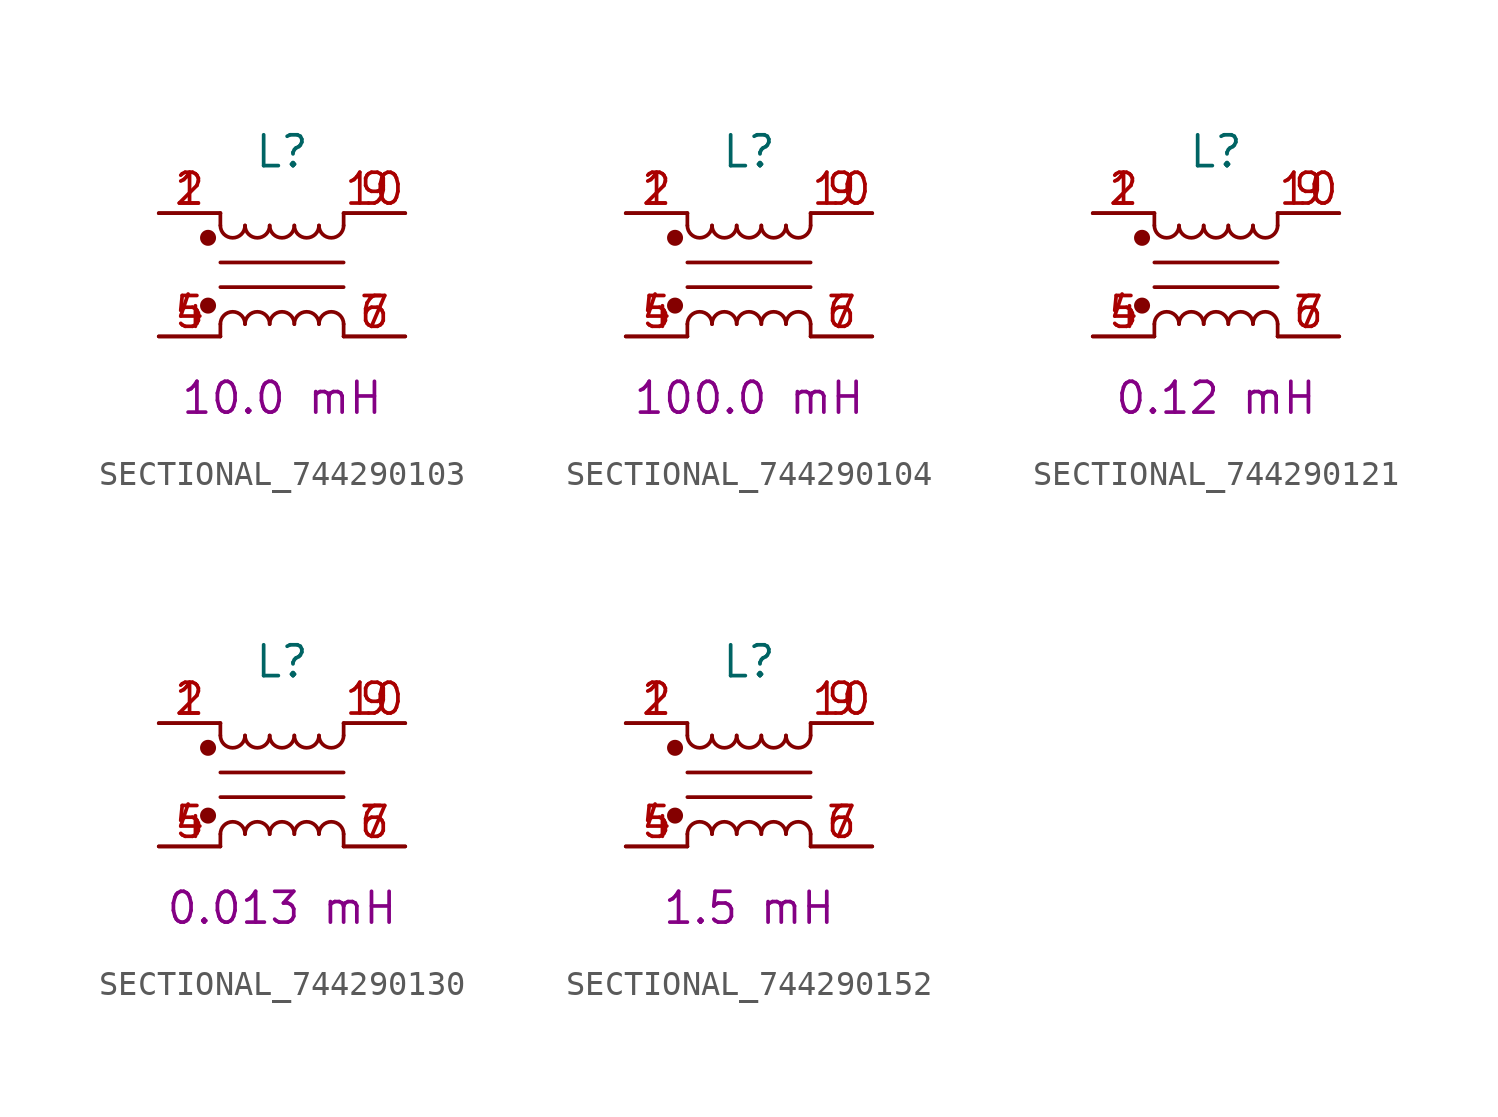
<source format=kicad_sym>
(kicad_symbol_lib
  (version 20220914)
  (generator kicad_symbol_editor)
  (symbol "SECTIONAL_744290103"
    (pin_names hide)
    (property "Reference" "L"
      (at 0 5.08 0)
      (effects (font (size 1.27 1.27))))
    (property "Critical Parameter" "10.0 mH"
      (at 0 -5.08 0)
      (effects (font (size 1.27 1.27))))
    (symbol "SECTIONAL_744290103_0_1"
      (circle (center -3.048 -1.27) (radius 0.254) (stroke (width 0) (type default)) (fill (type outline)))
      (circle (center -3.048 1.524) (radius 0.254) (stroke (width 0) (type default)) (fill (type outline)))
      (arc (start -2.54 2.032) (mid -2.032 1.5262) (end -1.524 2.032) (stroke (width 0) (type default)) (fill (type none)))
      (arc (start -1.524 -2.032) (mid -2.032 -1.5262) (end -2.54 -2.032) (stroke (width 0) (type default)) (fill (type none)))
      (arc (start -1.524 2.032) (mid -1.016 1.5262) (end -0.508 2.032) (stroke (width 0) (type default)) (fill (type none)))
      (arc (start -0.508 -2.032) (mid -1.016 -1.5262) (end -1.524 -2.032) (stroke (width 0) (type default)) (fill (type none)))
      (arc (start -0.508 2.032) (mid 0 1.5262) (end 0.508 2.032) (stroke (width 0) (type default)) (fill (type none)))
      (polyline (pts (xy -2.54 -2.032) (xy -2.54 -2.54)) (stroke (width 0) (type default)) (fill (type none)))
      (polyline (pts (xy -2.54 0.508) (xy 2.54 0.508)) (stroke (width 0) (type default)) (fill (type none)))
      (polyline (pts (xy -2.54 2.032) (xy -2.54 2.54)) (stroke (width 0) (type default)) (fill (type none)))
      (polyline (pts (xy 2.54 -2.032) (xy 2.54 -2.54)) (stroke (width 0) (type default)) (fill (type none)))
      (polyline (pts (xy 2.54 -0.508) (xy -2.54 -0.508)) (stroke (width 0) (type default)) (fill (type none)))
      (polyline (pts (xy 2.54 2.54) (xy 2.54 2.032)) (stroke (width 0) (type default)) (fill (type none)))
      (arc (start 0.508 -2.032) (mid 0 -1.5262) (end -0.508 -2.032) (stroke (width 0) (type default)) (fill (type none)))
      (arc (start 0.508 2.032) (mid 1.016 1.5262) (end 1.524 2.032) (stroke (width 0) (type default)) (fill (type none)))
      (arc (start 1.524 -2.032) (mid 1.016 -1.5262) (end 0.508 -2.032) (stroke (width 0) (type default)) (fill (type none)))
      (arc (start 1.524 2.032) (mid 2.032 1.5262) (end 2.54 2.032) (stroke (width 0) (type default)) (fill (type none)))
      (arc (start 2.54 -2.032) (mid 2.032 -1.5262) (end 1.524 -2.032) (stroke (width 0) (type default)) (fill (type none))))
    (symbol "SECTIONAL_744290103_1_1"
      (pin passive line (at -5.08 2.54 0) (length 2.54) (name "1" (effects (font (size 1.27 1.27)))) (number "1" (effects (font (size 1.27 1.27)))))
      (pin passive line (at -5.08 2.54 0) (length 2.54) (name "2" (effects (font (size 1.27 1.27)))) (number "2" (effects (font (size 1.27 1.27)))))
      (pin passive line (at 5.08 2.54 180) (length 2.54) (name "9" (effects (font (size 1.27 1.27)))) (number "9" (effects (font (size 1.27 1.27)))))
      (pin passive line (at 5.08 2.54 180) (length 2.54) (name "10" (effects (font (size 1.27 1.27)))) (number "10" (effects (font (size 1.27 1.27)))))
      (pin passive line (at 5.08 -2.54 180) (length 2.54) (name "6" (effects (font (size 1.27 1.27)))) (number "6" (effects (font (size 1.27 1.27)))))
      (pin passive line (at 5.08 -2.54 180) (length 2.54) (name "7" (effects (font (size 1.27 1.27)))) (number "7" (effects (font (size 1.27 1.27)))))
      (pin passive line (at -5.08 -2.54 0) (length 2.54) (name "4" (effects (font (size 1.27 1.27)))) (number "4" (effects (font (size 1.27 1.27)))))
      (pin passive line (at -5.08 -2.54 0) (length 2.54) (name "5" (effects (font (size 1.27 1.27)))) (number "5" (effects (font (size 1.27 1.27)))))))
  (symbol "SECTIONAL_744290104"
    (pin_names hide)
    (property "Reference" "L"
      (at 0 5.08 0)
      (effects (font (size 1.27 1.27))))
    (property "Critical Parameter" "100.0 mH"
      (at 0 -5.08 0)
      (effects (font (size 1.27 1.27))))
    (symbol "SECTIONAL_744290104_0_1"
      (circle (center -3.048 -1.27) (radius 0.254) (stroke (width 0) (type default)) (fill (type outline)))
      (circle (center -3.048 1.524) (radius 0.254) (stroke (width 0) (type default)) (fill (type outline)))
      (arc (start -2.54 2.032) (mid -2.032 1.5262) (end -1.524 2.032) (stroke (width 0) (type default)) (fill (type none)))
      (arc (start -1.524 -2.032) (mid -2.032 -1.5262) (end -2.54 -2.032) (stroke (width 0) (type default)) (fill (type none)))
      (arc (start -1.524 2.032) (mid -1.016 1.5262) (end -0.508 2.032) (stroke (width 0) (type default)) (fill (type none)))
      (arc (start -0.508 -2.032) (mid -1.016 -1.5262) (end -1.524 -2.032) (stroke (width 0) (type default)) (fill (type none)))
      (arc (start -0.508 2.032) (mid 0 1.5262) (end 0.508 2.032) (stroke (width 0) (type default)) (fill (type none)))
      (polyline (pts (xy -2.54 -2.032) (xy -2.54 -2.54)) (stroke (width 0) (type default)) (fill (type none)))
      (polyline (pts (xy -2.54 0.508) (xy 2.54 0.508)) (stroke (width 0) (type default)) (fill (type none)))
      (polyline (pts (xy -2.54 2.032) (xy -2.54 2.54)) (stroke (width 0) (type default)) (fill (type none)))
      (polyline (pts (xy 2.54 -2.032) (xy 2.54 -2.54)) (stroke (width 0) (type default)) (fill (type none)))
      (polyline (pts (xy 2.54 -0.508) (xy -2.54 -0.508)) (stroke (width 0) (type default)) (fill (type none)))
      (polyline (pts (xy 2.54 2.54) (xy 2.54 2.032)) (stroke (width 0) (type default)) (fill (type none)))
      (arc (start 0.508 -2.032) (mid 0 -1.5262) (end -0.508 -2.032) (stroke (width 0) (type default)) (fill (type none)))
      (arc (start 0.508 2.032) (mid 1.016 1.5262) (end 1.524 2.032) (stroke (width 0) (type default)) (fill (type none)))
      (arc (start 1.524 -2.032) (mid 1.016 -1.5262) (end 0.508 -2.032) (stroke (width 0) (type default)) (fill (type none)))
      (arc (start 1.524 2.032) (mid 2.032 1.5262) (end 2.54 2.032) (stroke (width 0) (type default)) (fill (type none)))
      (arc (start 2.54 -2.032) (mid 2.032 -1.5262) (end 1.524 -2.032) (stroke (width 0) (type default)) (fill (type none))))
    (symbol "SECTIONAL_744290104_1_1"
      (pin passive line (at -5.08 2.54 0) (length 2.54) (name "1" (effects (font (size 1.27 1.27)))) (number "1" (effects (font (size 1.27 1.27)))))
      (pin passive line (at -5.08 2.54 0) (length 2.54) (name "2" (effects (font (size 1.27 1.27)))) (number "2" (effects (font (size 1.27 1.27)))))
      (pin passive line (at 5.08 2.54 180) (length 2.54) (name "9" (effects (font (size 1.27 1.27)))) (number "9" (effects (font (size 1.27 1.27)))))
      (pin passive line (at 5.08 2.54 180) (length 2.54) (name "10" (effects (font (size 1.27 1.27)))) (number "10" (effects (font (size 1.27 1.27)))))
      (pin passive line (at 5.08 -2.54 180) (length 2.54) (name "6" (effects (font (size 1.27 1.27)))) (number "6" (effects (font (size 1.27 1.27)))))
      (pin passive line (at 5.08 -2.54 180) (length 2.54) (name "7" (effects (font (size 1.27 1.27)))) (number "7" (effects (font (size 1.27 1.27)))))
      (pin passive line (at -5.08 -2.54 0) (length 2.54) (name "4" (effects (font (size 1.27 1.27)))) (number "4" (effects (font (size 1.27 1.27)))))
      (pin passive line (at -5.08 -2.54 0) (length 2.54) (name "5" (effects (font (size 1.27 1.27)))) (number "5" (effects (font (size 1.27 1.27)))))))
  (symbol "SECTIONAL_744290121"
    (pin_names hide)
    (property "Reference" "L"
      (at 0 5.08 0)
      (effects (font (size 1.27 1.27))))
    (property "Critical Parameter" "0.12 mH"
      (at 0 -5.08 0)
      (effects (font (size 1.27 1.27))))
    (symbol "SECTIONAL_744290121_0_1"
      (circle (center -3.048 -1.27) (radius 0.254) (stroke (width 0) (type default)) (fill (type outline)))
      (circle (center -3.048 1.524) (radius 0.254) (stroke (width 0) (type default)) (fill (type outline)))
      (arc (start -2.54 2.032) (mid -2.032 1.5262) (end -1.524 2.032) (stroke (width 0) (type default)) (fill (type none)))
      (arc (start -1.524 -2.032) (mid -2.032 -1.5262) (end -2.54 -2.032) (stroke (width 0) (type default)) (fill (type none)))
      (arc (start -1.524 2.032) (mid -1.016 1.5262) (end -0.508 2.032) (stroke (width 0) (type default)) (fill (type none)))
      (arc (start -0.508 -2.032) (mid -1.016 -1.5262) (end -1.524 -2.032) (stroke (width 0) (type default)) (fill (type none)))
      (arc (start -0.508 2.032) (mid 0 1.5262) (end 0.508 2.032) (stroke (width 0) (type default)) (fill (type none)))
      (polyline (pts (xy -2.54 -2.032) (xy -2.54 -2.54)) (stroke (width 0) (type default)) (fill (type none)))
      (polyline (pts (xy -2.54 0.508) (xy 2.54 0.508)) (stroke (width 0) (type default)) (fill (type none)))
      (polyline (pts (xy -2.54 2.032) (xy -2.54 2.54)) (stroke (width 0) (type default)) (fill (type none)))
      (polyline (pts (xy 2.54 -2.032) (xy 2.54 -2.54)) (stroke (width 0) (type default)) (fill (type none)))
      (polyline (pts (xy 2.54 -0.508) (xy -2.54 -0.508)) (stroke (width 0) (type default)) (fill (type none)))
      (polyline (pts (xy 2.54 2.54) (xy 2.54 2.032)) (stroke (width 0) (type default)) (fill (type none)))
      (arc (start 0.508 -2.032) (mid 0 -1.5262) (end -0.508 -2.032) (stroke (width 0) (type default)) (fill (type none)))
      (arc (start 0.508 2.032) (mid 1.016 1.5262) (end 1.524 2.032) (stroke (width 0) (type default)) (fill (type none)))
      (arc (start 1.524 -2.032) (mid 1.016 -1.5262) (end 0.508 -2.032) (stroke (width 0) (type default)) (fill (type none)))
      (arc (start 1.524 2.032) (mid 2.032 1.5262) (end 2.54 2.032) (stroke (width 0) (type default)) (fill (type none)))
      (arc (start 2.54 -2.032) (mid 2.032 -1.5262) (end 1.524 -2.032) (stroke (width 0) (type default)) (fill (type none))))
    (symbol "SECTIONAL_744290121_1_1"
      (pin passive line (at -5.08 2.54 0) (length 2.54) (name "1" (effects (font (size 1.27 1.27)))) (number "1" (effects (font (size 1.27 1.27)))))
      (pin passive line (at -5.08 2.54 0) (length 2.54) (name "2" (effects (font (size 1.27 1.27)))) (number "2" (effects (font (size 1.27 1.27)))))
      (pin passive line (at 5.08 2.54 180) (length 2.54) (name "9" (effects (font (size 1.27 1.27)))) (number "9" (effects (font (size 1.27 1.27)))))
      (pin passive line (at 5.08 2.54 180) (length 2.54) (name "10" (effects (font (size 1.27 1.27)))) (number "10" (effects (font (size 1.27 1.27)))))
      (pin passive line (at 5.08 -2.54 180) (length 2.54) (name "6" (effects (font (size 1.27 1.27)))) (number "6" (effects (font (size 1.27 1.27)))))
      (pin passive line (at 5.08 -2.54 180) (length 2.54) (name "7" (effects (font (size 1.27 1.27)))) (number "7" (effects (font (size 1.27 1.27)))))
      (pin passive line (at -5.08 -2.54 0) (length 2.54) (name "4" (effects (font (size 1.27 1.27)))) (number "4" (effects (font (size 1.27 1.27)))))
      (pin passive line (at -5.08 -2.54 0) (length 2.54) (name "5" (effects (font (size 1.27 1.27)))) (number "5" (effects (font (size 1.27 1.27)))))))
  (symbol "SECTIONAL_744290130"
    (pin_names hide)
    (property "Reference" "L"
      (at 0 5.08 0)
      (effects (font (size 1.27 1.27))))
    (property "Critical Parameter" "0.013 mH"
      (at 0 -5.08 0)
      (effects (font (size 1.27 1.27))))
    (symbol "SECTIONAL_744290130_0_1"
      (circle (center -3.048 -1.27) (radius 0.254) (stroke (width 0) (type default)) (fill (type outline)))
      (circle (center -3.048 1.524) (radius 0.254) (stroke (width 0) (type default)) (fill (type outline)))
      (arc (start -2.54 2.032) (mid -2.032 1.5262) (end -1.524 2.032) (stroke (width 0) (type default)) (fill (type none)))
      (arc (start -1.524 -2.032) (mid -2.032 -1.5262) (end -2.54 -2.032) (stroke (width 0) (type default)) (fill (type none)))
      (arc (start -1.524 2.032) (mid -1.016 1.5262) (end -0.508 2.032) (stroke (width 0) (type default)) (fill (type none)))
      (arc (start -0.508 -2.032) (mid -1.016 -1.5262) (end -1.524 -2.032) (stroke (width 0) (type default)) (fill (type none)))
      (arc (start -0.508 2.032) (mid 0 1.5262) (end 0.508 2.032) (stroke (width 0) (type default)) (fill (type none)))
      (polyline (pts (xy -2.54 -2.032) (xy -2.54 -2.54)) (stroke (width 0) (type default)) (fill (type none)))
      (polyline (pts (xy -2.54 0.508) (xy 2.54 0.508)) (stroke (width 0) (type default)) (fill (type none)))
      (polyline (pts (xy -2.54 2.032) (xy -2.54 2.54)) (stroke (width 0) (type default)) (fill (type none)))
      (polyline (pts (xy 2.54 -2.032) (xy 2.54 -2.54)) (stroke (width 0) (type default)) (fill (type none)))
      (polyline (pts (xy 2.54 -0.508) (xy -2.54 -0.508)) (stroke (width 0) (type default)) (fill (type none)))
      (polyline (pts (xy 2.54 2.54) (xy 2.54 2.032)) (stroke (width 0) (type default)) (fill (type none)))
      (arc (start 0.508 -2.032) (mid 0 -1.5262) (end -0.508 -2.032) (stroke (width 0) (type default)) (fill (type none)))
      (arc (start 0.508 2.032) (mid 1.016 1.5262) (end 1.524 2.032) (stroke (width 0) (type default)) (fill (type none)))
      (arc (start 1.524 -2.032) (mid 1.016 -1.5262) (end 0.508 -2.032) (stroke (width 0) (type default)) (fill (type none)))
      (arc (start 1.524 2.032) (mid 2.032 1.5262) (end 2.54 2.032) (stroke (width 0) (type default)) (fill (type none)))
      (arc (start 2.54 -2.032) (mid 2.032 -1.5262) (end 1.524 -2.032) (stroke (width 0) (type default)) (fill (type none))))
    (symbol "SECTIONAL_744290130_1_1"
      (pin passive line (at -5.08 2.54 0) (length 2.54) (name "1" (effects (font (size 1.27 1.27)))) (number "1" (effects (font (size 1.27 1.27)))))
      (pin passive line (at -5.08 2.54 0) (length 2.54) (name "2" (effects (font (size 1.27 1.27)))) (number "2" (effects (font (size 1.27 1.27)))))
      (pin passive line (at 5.08 2.54 180) (length 2.54) (name "9" (effects (font (size 1.27 1.27)))) (number "9" (effects (font (size 1.27 1.27)))))
      (pin passive line (at 5.08 2.54 180) (length 2.54) (name "10" (effects (font (size 1.27 1.27)))) (number "10" (effects (font (size 1.27 1.27)))))
      (pin passive line (at 5.08 -2.54 180) (length 2.54) (name "6" (effects (font (size 1.27 1.27)))) (number "6" (effects (font (size 1.27 1.27)))))
      (pin passive line (at 5.08 -2.54 180) (length 2.54) (name "7" (effects (font (size 1.27 1.27)))) (number "7" (effects (font (size 1.27 1.27)))))
      (pin passive line (at -5.08 -2.54 0) (length 2.54) (name "4" (effects (font (size 1.27 1.27)))) (number "4" (effects (font (size 1.27 1.27)))))
      (pin passive line (at -5.08 -2.54 0) (length 2.54) (name "5" (effects (font (size 1.27 1.27)))) (number "5" (effects (font (size 1.27 1.27)))))))
  (symbol "SECTIONAL_744290152"
    (pin_names hide)
    (property "Reference" "L"
      (at 0 5.08 0)
      (effects (font (size 1.27 1.27))))
    (property "Critical Parameter" "1.5 mH"
      (at 0 -5.08 0)
      (effects (font (size 1.27 1.27))))
    (symbol "SECTIONAL_744290152_0_1"
      (circle (center -3.048 -1.27) (radius 0.254) (stroke (width 0) (type default)) (fill (type outline)))
      (circle (center -3.048 1.524) (radius 0.254) (stroke (width 0) (type default)) (fill (type outline)))
      (arc (start -2.54 2.032) (mid -2.032 1.5262) (end -1.524 2.032) (stroke (width 0) (type default)) (fill (type none)))
      (arc (start -1.524 -2.032) (mid -2.032 -1.5262) (end -2.54 -2.032) (stroke (width 0) (type default)) (fill (type none)))
      (arc (start -1.524 2.032) (mid -1.016 1.5262) (end -0.508 2.032) (stroke (width 0) (type default)) (fill (type none)))
      (arc (start -0.508 -2.032) (mid -1.016 -1.5262) (end -1.524 -2.032) (stroke (width 0) (type default)) (fill (type none)))
      (arc (start -0.508 2.032) (mid 0 1.5262) (end 0.508 2.032) (stroke (width 0) (type default)) (fill (type none)))
      (polyline (pts (xy -2.54 -2.032) (xy -2.54 -2.54)) (stroke (width 0) (type default)) (fill (type none)))
      (polyline (pts (xy -2.54 0.508) (xy 2.54 0.508)) (stroke (width 0) (type default)) (fill (type none)))
      (polyline (pts (xy -2.54 2.032) (xy -2.54 2.54)) (stroke (width 0) (type default)) (fill (type none)))
      (polyline (pts (xy 2.54 -2.032) (xy 2.54 -2.54)) (stroke (width 0) (type default)) (fill (type none)))
      (polyline (pts (xy 2.54 -0.508) (xy -2.54 -0.508)) (stroke (width 0) (type default)) (fill (type none)))
      (polyline (pts (xy 2.54 2.54) (xy 2.54 2.032)) (stroke (width 0) (type default)) (fill (type none)))
      (arc (start 0.508 -2.032) (mid 0 -1.5262) (end -0.508 -2.032) (stroke (width 0) (type default)) (fill (type none)))
      (arc (start 0.508 2.032) (mid 1.016 1.5262) (end 1.524 2.032) (stroke (width 0) (type default)) (fill (type none)))
      (arc (start 1.524 -2.032) (mid 1.016 -1.5262) (end 0.508 -2.032) (stroke (width 0) (type default)) (fill (type none)))
      (arc (start 1.524 2.032) (mid 2.032 1.5262) (end 2.54 2.032) (stroke (width 0) (type default)) (fill (type none)))
      (arc (start 2.54 -2.032) (mid 2.032 -1.5262) (end 1.524 -2.032) (stroke (width 0) (type default)) (fill (type none))))
    (symbol "SECTIONAL_744290152_1_1"
      (pin passive line (at -5.08 2.54 0) (length 2.54) (name "1" (effects (font (size 1.27 1.27)))) (number "1" (effects (font (size 1.27 1.27)))))
      (pin passive line (at -5.08 2.54 0) (length 2.54) (name "2" (effects (font (size 1.27 1.27)))) (number "2" (effects (font (size 1.27 1.27)))))
      (pin passive line (at 5.08 2.54 180) (length 2.54) (name "9" (effects (font (size 1.27 1.27)))) (number "9" (effects (font (size 1.27 1.27)))))
      (pin passive line (at 5.08 2.54 180) (length 2.54) (name "10" (effects (font (size 1.27 1.27)))) (number "10" (effects (font (size 1.27 1.27)))))
      (pin passive line (at 5.08 -2.54 180) (length 2.54) (name "6" (effects (font (size 1.27 1.27)))) (number "6" (effects (font (size 1.27 1.27)))))
      (pin passive line (at 5.08 -2.54 180) (length 2.54) (name "7" (effects (font (size 1.27 1.27)))) (number "7" (effects (font (size 1.27 1.27)))))
      (pin passive line (at -5.08 -2.54 0) (length 2.54) (name "4" (effects (font (size 1.27 1.27)))) (number "4" (effects (font (size 1.27 1.27)))))
      (pin passive line (at -5.08 -2.54 0) (length 2.54) (name "5" (effects (font (size 1.27 1.27)))) (number "5" (effects (font (size 1.27 1.27))))))))
</source>
